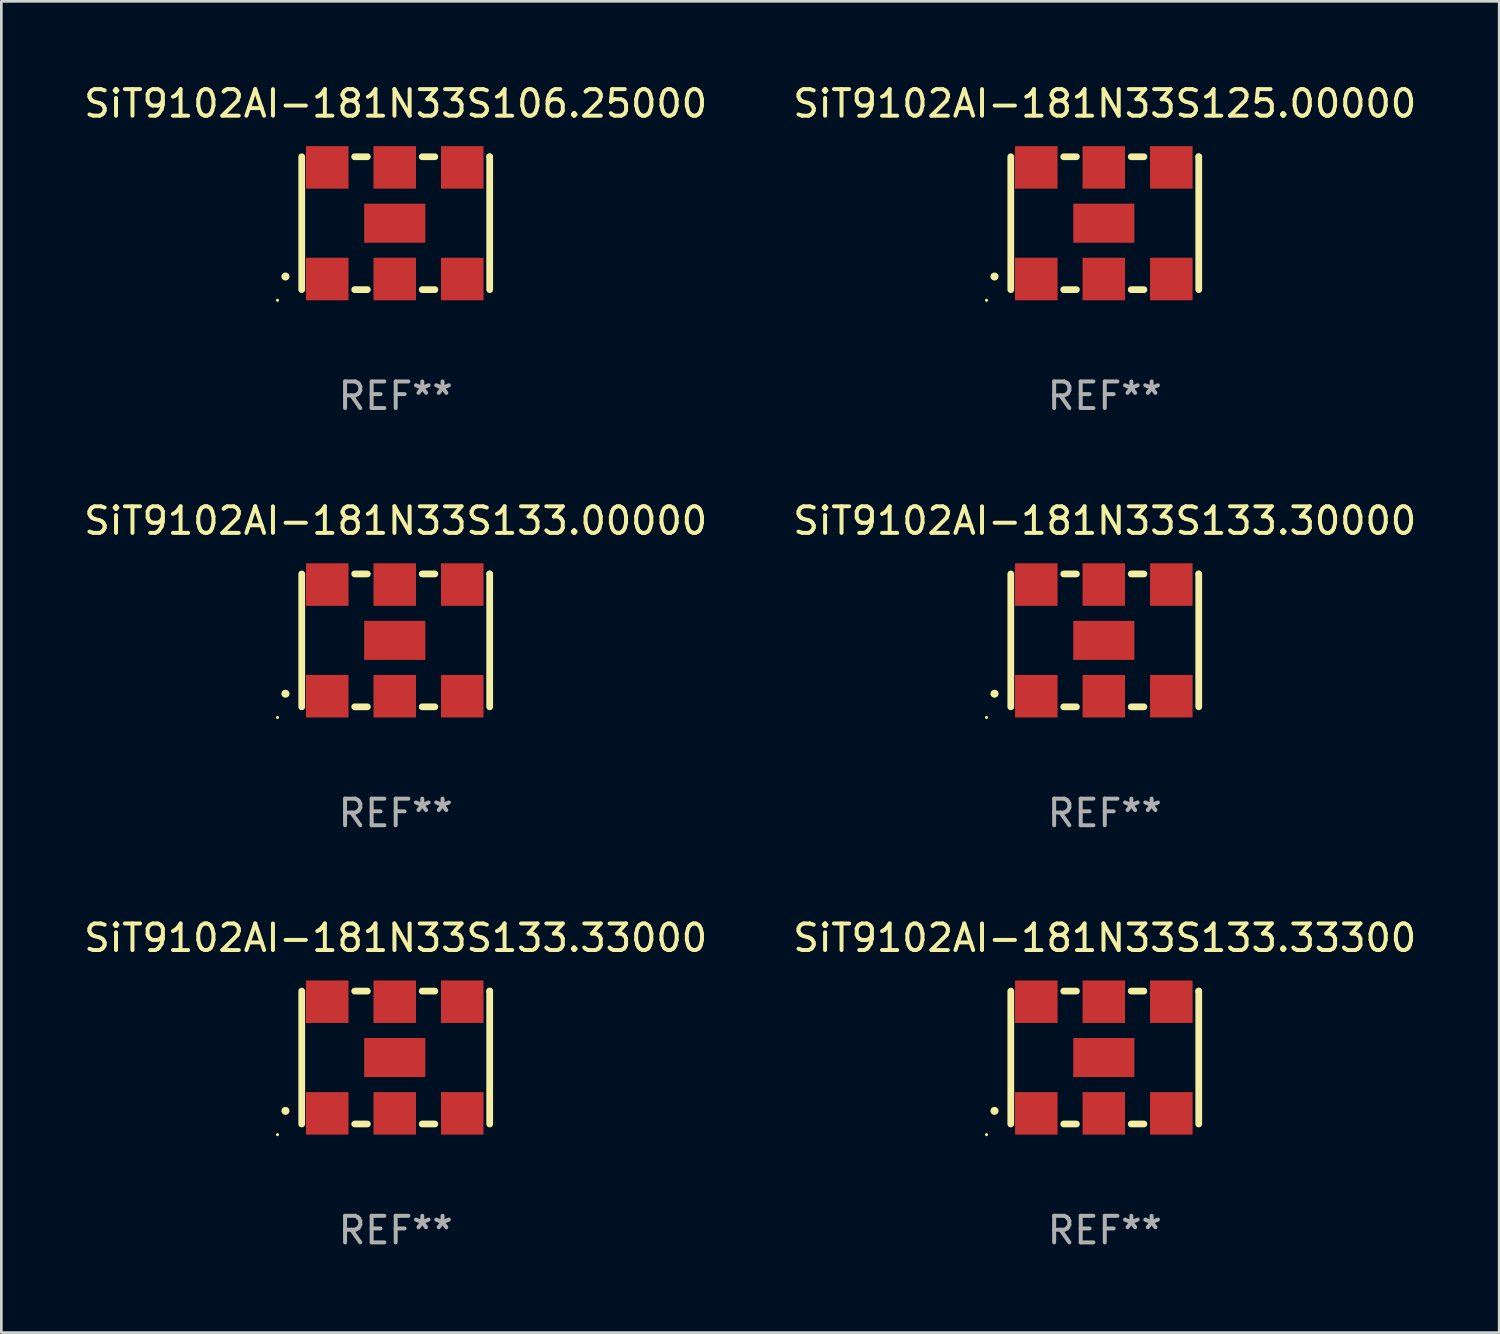
<source format=kicad_pcb>
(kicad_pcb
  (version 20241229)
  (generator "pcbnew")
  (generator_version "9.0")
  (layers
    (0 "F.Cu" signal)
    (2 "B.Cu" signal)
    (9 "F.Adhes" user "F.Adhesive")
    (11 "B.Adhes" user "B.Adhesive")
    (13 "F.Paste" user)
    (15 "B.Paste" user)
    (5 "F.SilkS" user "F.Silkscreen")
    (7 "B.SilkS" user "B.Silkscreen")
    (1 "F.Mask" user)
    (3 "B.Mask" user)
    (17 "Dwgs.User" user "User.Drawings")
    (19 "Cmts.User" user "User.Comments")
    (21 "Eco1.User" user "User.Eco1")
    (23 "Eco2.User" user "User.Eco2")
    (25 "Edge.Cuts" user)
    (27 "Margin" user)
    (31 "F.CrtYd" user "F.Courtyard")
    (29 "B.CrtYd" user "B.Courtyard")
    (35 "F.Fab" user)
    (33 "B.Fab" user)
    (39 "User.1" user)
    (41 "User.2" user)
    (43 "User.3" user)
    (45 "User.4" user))
  (footprint "SiT9102AI-181N33S106.25000"
    (layer "F.Cu")
    (at 11.839 5.348)
    (property "Reference" "SiT9102AI-181N33S106.25000" (at 0 -4.5 0) (layer "F.SilkS") (effects (font (size 1 1) (thickness 0.15))))
    (attr through_hole)
    (fp_line (start -3.536 -2.5) (end -3.536 2.5) (stroke (width 0.254) (type solid)) (layer "F.SilkS"))
    (fp_line (start -1.544 2.5) (end -1.067 2.5) (stroke (width 0.254) (type solid)) (layer "F.SilkS"))
    (fp_line (start -1.067 -2.5) (end -1.544 -2.5) (stroke (width 0.254) (type solid)) (layer "F.SilkS"))
    (fp_line (start 0.996 2.5) (end 1.473 2.5) (stroke (width 0.254) (type solid)) (layer "F.SilkS"))
    (fp_line (start 1.473 -2.5) (end 0.996 -2.5) (stroke (width 0.254) (type solid)) (layer "F.SilkS"))
    (fp_line (start 3.536 -2.5) (end 3.536 -2.5) (stroke (width 0.254) (type solid)) (layer "F.SilkS"))
    (fp_line (start 3.536 2.5) (end 3.536 -2.5) (stroke (width 0.254) (type solid)) (layer "F.SilkS"))
    (fp_arc (start -4.150432 2.006604) (mid -4.149162 2.006599) (end -4.147892 2.006604) (stroke (width 0.3) (type solid)) (layer "F.SilkS"))
    (fp_circle (center -4.449 2.9) (end -4.419 2.9) (stroke (width 0.06) (type solid)) (fill no) (layer "F.SilkS"))
    (fp_text user "REF**" (at 0 6.5 0) (layer "F.Fab") (effects (font (size 1 1) (thickness 0.15))))
    (pad "1" smd rect (at -2.576 2.1) (size 1.6 1.6) (layers "F.Cu" "F.Mask" "F.Paste"))
    (pad "2" smd rect (at -0.036 2.1) (size 1.6 1.6) (layers "F.Cu" "F.Mask" "F.Paste"))
    (pad "3" smd rect (at 2.504 2.1) (size 1.6 1.6) (layers "F.Cu" "F.Mask" "F.Paste"))
    (pad "4" smd rect (at 2.504 -2.1) (size 1.6 1.6) (layers "F.Cu" "F.Mask" "F.Paste"))
    (pad "5" smd rect (at -0.036 -2.1) (size 1.6 1.6) (layers "F.Cu" "F.Mask" "F.Paste"))
    (pad "6" smd rect (at -2.576 -2.1) (size 1.6 1.6) (layers "F.Cu" "F.Mask" "F.Paste"))
    (pad "7" smd rect (at -0.036 0) (size 2.3 1.47) (layers "F.Cu" "F.Mask" "F.Paste")))
  (footprint "SiT9102AI-181N33S133.00000"
    (layer "F.Cu")
    (at 11.839 21.045)
    (property "Reference" "SiT9102AI-181N33S133.00000" (at 0 -4.5 0) (layer "F.SilkS") (effects (font (size 1 1) (thickness 0.15))))
    (attr through_hole)
    (fp_line (start -3.536 -2.5) (end -3.536 2.5) (stroke (width 0.254) (type solid)) (layer "F.SilkS"))
    (fp_line (start -1.544 2.5) (end -1.067 2.5) (stroke (width 0.254) (type solid)) (layer "F.SilkS"))
    (fp_line (start -1.067 -2.5) (end -1.544 -2.5) (stroke (width 0.254) (type solid)) (layer "F.SilkS"))
    (fp_line (start 0.996 2.5) (end 1.473 2.5) (stroke (width 0.254) (type solid)) (layer "F.SilkS"))
    (fp_line (start 1.473 -2.5) (end 0.996 -2.5) (stroke (width 0.254) (type solid)) (layer "F.SilkS"))
    (fp_line (start 3.536 -2.5) (end 3.536 -2.5) (stroke (width 0.254) (type solid)) (layer "F.SilkS"))
    (fp_line (start 3.536 2.5) (end 3.536 -2.5) (stroke (width 0.254) (type solid)) (layer "F.SilkS"))
    (fp_arc (start -4.150432 2.006604) (mid -4.149162 2.006599) (end -4.147892 2.006604) (stroke (width 0.3) (type solid)) (layer "F.SilkS"))
    (fp_circle (center -4.449 2.9) (end -4.419 2.9) (stroke (width 0.06) (type solid)) (fill no) (layer "F.SilkS"))
    (fp_text user "REF**" (at 0 6.5 0) (layer "F.Fab") (effects (font (size 1 1) (thickness 0.15))))
    (pad "1" smd rect (at -2.576 2.1) (size 1.6 1.6) (layers "F.Cu" "F.Mask" "F.Paste"))
    (pad "2" smd rect (at -0.036 2.1) (size 1.6 1.6) (layers "F.Cu" "F.Mask" "F.Paste"))
    (pad "3" smd rect (at 2.504 2.1) (size 1.6 1.6) (layers "F.Cu" "F.Mask" "F.Paste"))
    (pad "4" smd rect (at 2.504 -2.1) (size 1.6 1.6) (layers "F.Cu" "F.Mask" "F.Paste"))
    (pad "5" smd rect (at -0.036 -2.1) (size 1.6 1.6) (layers "F.Cu" "F.Mask" "F.Paste"))
    (pad "6" smd rect (at -2.576 -2.1) (size 1.6 1.6) (layers "F.Cu" "F.Mask" "F.Paste"))
    (pad "7" smd rect (at -0.036 0) (size 2.3 1.47) (layers "F.Cu" "F.Mask" "F.Paste")))
  (footprint "SiT9102AI-181N33S133.33300"
    (layer "F.Cu")
    (at 38.518 36.741)
    (property "Reference" "SiT9102AI-181N33S133.33300" (at 0 -4.5 0) (layer "F.SilkS") (effects (font (size 1 1) (thickness 0.15))))
    (attr through_hole)
    (fp_line (start -3.536 -2.5) (end -3.536 2.5) (stroke (width 0.254) (type solid)) (layer "F.SilkS"))
    (fp_line (start -1.544 2.5) (end -1.067 2.5) (stroke (width 0.254) (type solid)) (layer "F.SilkS"))
    (fp_line (start -1.067 -2.5) (end -1.544 -2.5) (stroke (width 0.254) (type solid)) (layer "F.SilkS"))
    (fp_line (start 0.996 2.5) (end 1.473 2.5) (stroke (width 0.254) (type solid)) (layer "F.SilkS"))
    (fp_line (start 1.473 -2.5) (end 0.996 -2.5) (stroke (width 0.254) (type solid)) (layer "F.SilkS"))
    (fp_line (start 3.536 -2.5) (end 3.536 -2.5) (stroke (width 0.254) (type solid)) (layer "F.SilkS"))
    (fp_line (start 3.536 2.5) (end 3.536 -2.5) (stroke (width 0.254) (type solid)) (layer "F.SilkS"))
    (fp_arc (start -4.150432 2.006604) (mid -4.149162 2.006599) (end -4.147892 2.006604) (stroke (width 0.3) (type solid)) (layer "F.SilkS"))
    (fp_circle (center -4.449 2.9) (end -4.419 2.9) (stroke (width 0.06) (type solid)) (fill no) (layer "F.SilkS"))
    (fp_text user "REF**" (at 0 6.5 0) (layer "F.Fab") (effects (font (size 1 1) (thickness 0.15))))
    (pad "1" smd rect (at -2.576 2.1) (size 1.6 1.6) (layers "F.Cu" "F.Mask" "F.Paste"))
    (pad "2" smd rect (at -0.036 2.1) (size 1.6 1.6) (layers "F.Cu" "F.Mask" "F.Paste"))
    (pad "3" smd rect (at 2.504 2.1) (size 1.6 1.6) (layers "F.Cu" "F.Mask" "F.Paste"))
    (pad "4" smd rect (at 2.504 -2.1) (size 1.6 1.6) (layers "F.Cu" "F.Mask" "F.Paste"))
    (pad "5" smd rect (at -0.036 -2.1) (size 1.6 1.6) (layers "F.Cu" "F.Mask" "F.Paste"))
    (pad "6" smd rect (at -2.576 -2.1) (size 1.6 1.6) (layers "F.Cu" "F.Mask" "F.Paste"))
    (pad "7" smd rect (at -0.036 0) (size 2.3 1.47) (layers "F.Cu" "F.Mask" "F.Paste")))
  (footprint "SiT9102AI-181N33S125.00000"
    (layer "F.Cu")
    (at 38.518 5.348)
    (property "Reference" "SiT9102AI-181N33S125.00000" (at 0 -4.5 0) (layer "F.SilkS") (effects (font (size 1 1) (thickness 0.15))))
    (attr through_hole)
    (fp_line (start -3.536 -2.5) (end -3.536 2.5) (stroke (width 0.254) (type solid)) (layer "F.SilkS"))
    (fp_line (start -1.544 2.5) (end -1.067 2.5) (stroke (width 0.254) (type solid)) (layer "F.SilkS"))
    (fp_line (start -1.067 -2.5) (end -1.544 -2.5) (stroke (width 0.254) (type solid)) (layer "F.SilkS"))
    (fp_line (start 0.996 2.5) (end 1.473 2.5) (stroke (width 0.254) (type solid)) (layer "F.SilkS"))
    (fp_line (start 1.473 -2.5) (end 0.996 -2.5) (stroke (width 0.254) (type solid)) (layer "F.SilkS"))
    (fp_line (start 3.536 -2.5) (end 3.536 -2.5) (stroke (width 0.254) (type solid)) (layer "F.SilkS"))
    (fp_line (start 3.536 2.5) (end 3.536 -2.5) (stroke (width 0.254) (type solid)) (layer "F.SilkS"))
    (fp_arc (start -4.150432 2.006604) (mid -4.149162 2.006599) (end -4.147892 2.006604) (stroke (width 0.3) (type solid)) (layer "F.SilkS"))
    (fp_circle (center -4.449 2.9) (end -4.419 2.9) (stroke (width 0.06) (type solid)) (fill no) (layer "F.SilkS"))
    (fp_text user "REF**" (at 0 6.5 0) (layer "F.Fab") (effects (font (size 1 1) (thickness 0.15))))
    (pad "1" smd rect (at -2.576 2.1) (size 1.6 1.6) (layers "F.Cu" "F.Mask" "F.Paste"))
    (pad "2" smd rect (at -0.036 2.1) (size 1.6 1.6) (layers "F.Cu" "F.Mask" "F.Paste"))
    (pad "3" smd rect (at 2.504 2.1) (size 1.6 1.6) (layers "F.Cu" "F.Mask" "F.Paste"))
    (pad "4" smd rect (at 2.504 -2.1) (size 1.6 1.6) (layers "F.Cu" "F.Mask" "F.Paste"))
    (pad "5" smd rect (at -0.036 -2.1) (size 1.6 1.6) (layers "F.Cu" "F.Mask" "F.Paste"))
    (pad "6" smd rect (at -2.576 -2.1) (size 1.6 1.6) (layers "F.Cu" "F.Mask" "F.Paste"))
    (pad "7" smd rect (at -0.036 0) (size 2.3 1.47) (layers "F.Cu" "F.Mask" "F.Paste")))
  (footprint "SiT9102AI-181N33S133.30000"
    (layer "F.Cu")
    (at 38.518 21.045)
    (property "Reference" "SiT9102AI-181N33S133.30000" (at 0 -4.5 0) (layer "F.SilkS") (effects (font (size 1 1) (thickness 0.15))))
    (attr through_hole)
    (fp_line (start -3.536 -2.5) (end -3.536 2.5) (stroke (width 0.254) (type solid)) (layer "F.SilkS"))
    (fp_line (start -1.544 2.5) (end -1.067 2.5) (stroke (width 0.254) (type solid)) (layer "F.SilkS"))
    (fp_line (start -1.067 -2.5) (end -1.544 -2.5) (stroke (width 0.254) (type solid)) (layer "F.SilkS"))
    (fp_line (start 0.996 2.5) (end 1.473 2.5) (stroke (width 0.254) (type solid)) (layer "F.SilkS"))
    (fp_line (start 1.473 -2.5) (end 0.996 -2.5) (stroke (width 0.254) (type solid)) (layer "F.SilkS"))
    (fp_line (start 3.536 -2.5) (end 3.536 -2.5) (stroke (width 0.254) (type solid)) (layer "F.SilkS"))
    (fp_line (start 3.536 2.5) (end 3.536 -2.5) (stroke (width 0.254) (type solid)) (layer "F.SilkS"))
    (fp_arc (start -4.150432 2.006604) (mid -4.149162 2.006599) (end -4.147892 2.006604) (stroke (width 0.3) (type solid)) (layer "F.SilkS"))
    (fp_circle (center -4.449 2.9) (end -4.419 2.9) (stroke (width 0.06) (type solid)) (fill no) (layer "F.SilkS"))
    (fp_text user "REF**" (at 0 6.5 0) (layer "F.Fab") (effects (font (size 1 1) (thickness 0.15))))
    (pad "1" smd rect (at -2.576 2.1) (size 1.6 1.6) (layers "F.Cu" "F.Mask" "F.Paste"))
    (pad "2" smd rect (at -0.036 2.1) (size 1.6 1.6) (layers "F.Cu" "F.Mask" "F.Paste"))
    (pad "3" smd rect (at 2.504 2.1) (size 1.6 1.6) (layers "F.Cu" "F.Mask" "F.Paste"))
    (pad "4" smd rect (at 2.504 -2.1) (size 1.6 1.6) (layers "F.Cu" "F.Mask" "F.Paste"))
    (pad "5" smd rect (at -0.036 -2.1) (size 1.6 1.6) (layers "F.Cu" "F.Mask" "F.Paste"))
    (pad "6" smd rect (at -2.576 -2.1) (size 1.6 1.6) (layers "F.Cu" "F.Mask" "F.Paste"))
    (pad "7" smd rect (at -0.036 0) (size 2.3 1.47) (layers "F.Cu" "F.Mask" "F.Paste")))
  (footprint "SiT9102AI-181N33S133.33000"
    (layer "F.Cu")
    (at 11.839 36.741)
    (property "Reference" "SiT9102AI-181N33S133.33000" (at 0 -4.5 0) (layer "F.SilkS") (effects (font (size 1 1) (thickness 0.15))))
    (attr through_hole)
    (fp_line (start -3.536 -2.5) (end -3.536 2.5) (stroke (width 0.254) (type solid)) (layer "F.SilkS"))
    (fp_line (start -1.544 2.5) (end -1.067 2.5) (stroke (width 0.254) (type solid)) (layer "F.SilkS"))
    (fp_line (start -1.067 -2.5) (end -1.544 -2.5) (stroke (width 0.254) (type solid)) (layer "F.SilkS"))
    (fp_line (start 0.996 2.5) (end 1.473 2.5) (stroke (width 0.254) (type solid)) (layer "F.SilkS"))
    (fp_line (start 1.473 -2.5) (end 0.996 -2.5) (stroke (width 0.254) (type solid)) (layer "F.SilkS"))
    (fp_line (start 3.536 -2.5) (end 3.536 -2.5) (stroke (width 0.254) (type solid)) (layer "F.SilkS"))
    (fp_line (start 3.536 2.5) (end 3.536 -2.5) (stroke (width 0.254) (type solid)) (layer "F.SilkS"))
    (fp_arc (start -4.150432 2.006604) (mid -4.149162 2.006599) (end -4.147892 2.006604) (stroke (width 0.3) (type solid)) (layer "F.SilkS"))
    (fp_circle (center -4.449 2.9) (end -4.419 2.9) (stroke (width 0.06) (type solid)) (fill no) (layer "F.SilkS"))
    (fp_text user "REF**" (at 0 6.5 0) (layer "F.Fab") (effects (font (size 1 1) (thickness 0.15))))
    (pad "1" smd rect (at -2.576 2.1) (size 1.6 1.6) (layers "F.Cu" "F.Mask" "F.Paste"))
    (pad "2" smd rect (at -0.036 2.1) (size 1.6 1.6) (layers "F.Cu" "F.Mask" "F.Paste"))
    (pad "3" smd rect (at 2.504 2.1) (size 1.6 1.6) (layers "F.Cu" "F.Mask" "F.Paste"))
    (pad "4" smd rect (at 2.504 -2.1) (size 1.6 1.6) (layers "F.Cu" "F.Mask" "F.Paste"))
    (pad "5" smd rect (at -0.036 -2.1) (size 1.6 1.6) (layers "F.Cu" "F.Mask" "F.Paste"))
    (pad "6" smd rect (at -2.576 -2.1) (size 1.6 1.6) (layers "F.Cu" "F.Mask" "F.Paste"))
    (pad "7" smd rect (at -0.036 0) (size 2.3 1.47) (layers "F.Cu" "F.Mask" "F.Paste")))
  (gr_rect
    (start -3 -3)
    (end 53.357 47.09)
    (stroke (width 0.1) (type default))
    (fill no)
    (layer "Edge.Cuts")))
</source>
